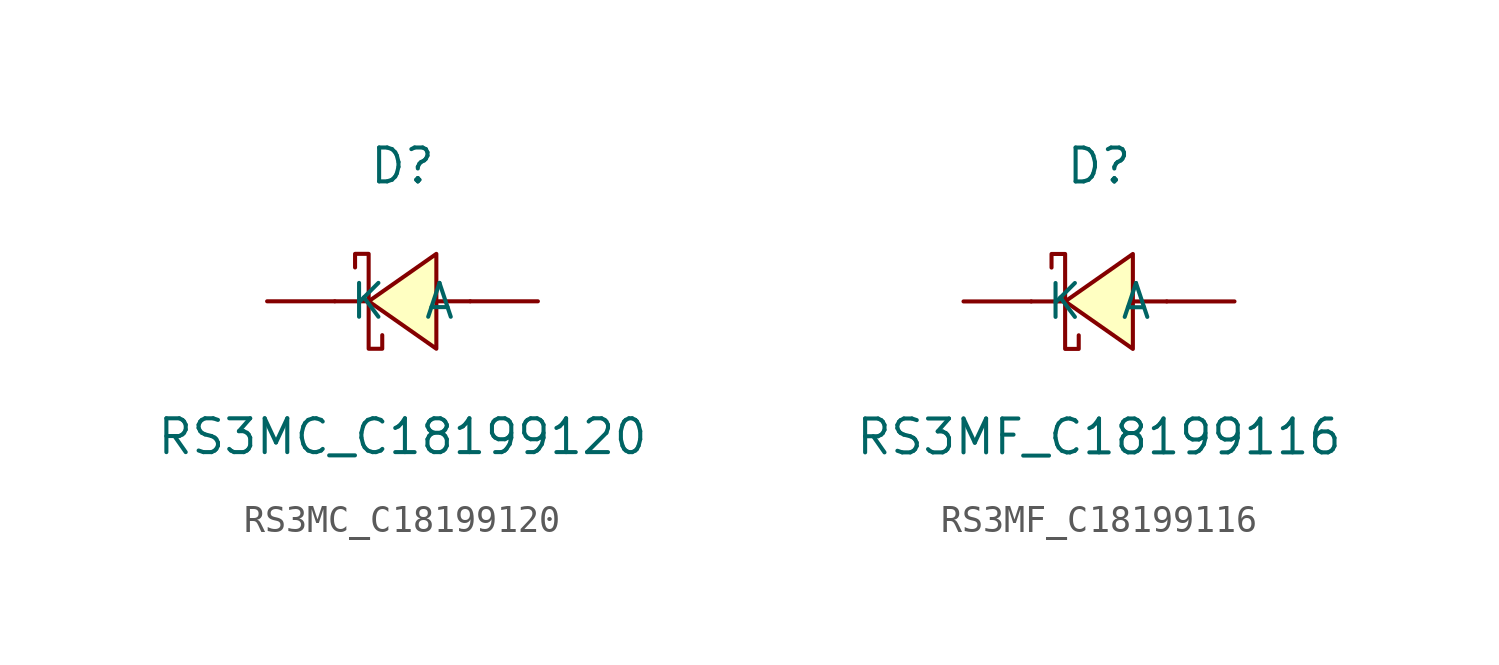
<source format=kicad_sym>
(kicad_symbol_lib
  (version 20241209)
  (generator "kicad_symbol_editor")
  (generator_version "9.0")
  (symbol "RS3MC_C18199120"
    (pin_numbers
      (hide yes))
    (property "Reference" "D"
      (at 0 5.08 0)
      (effects (font (size 1.27 1.27))))
    (property "Value" "RS3MC_C18199120"
      (at 0 -5.08 0)
      (effects (font (size 1.27 1.27))))
    (symbol "RS3MC_C18199120_0_1"
      (polyline (pts (xy -1.78 1.27) (xy -1.78 1.78) (xy -1.27 1.78) (xy -1.27 -1.78) (xy -0.76 -1.78) (xy -0.76 -1.27)) (stroke (width 0) (type default)) (fill (type none)))
      (polyline (pts (xy -1.27 0) (xy -2.54 0)) (stroke (width 0) (type default)) (fill (type none)))
      (polyline (pts (xy 1.27 1.78) (xy -1.27 0) (xy 1.27 -1.78) (xy 1.27 1.78)) (stroke (width 0) (type default)) (fill (type background)))
      (polyline (pts (xy 2.54 0) (xy 1.27 0)) (stroke (width 0) (type default)) (fill (type none)))
      (pin unspecified line (at -5.08 0 0) (length 2.54) (name "K" (effects (font (size 1.27 1.27)))) (number "1" (effects (font (size 1.27 1.27)))))
      (pin unspecified line (at 5.08 0 180) (length 2.54) (name "A" (effects (font (size 1.27 1.27)))) (number "2" (effects (font (size 1.27 1.27)))))))
  (symbol "RS3MF_C18199116"
    (pin_numbers
      (hide yes))
    (property "Reference" "D"
      (at 0 5.08 0)
      (effects (font (size 1.27 1.27))))
    (property "Value" "RS3MF_C18199116"
      (at 0 -5.08 0)
      (effects (font (size 1.27 1.27))))
    (symbol "RS3MF_C18199116_0_1"
      (polyline (pts (xy -1.78 1.27) (xy -1.78 1.78) (xy -1.27 1.78) (xy -1.27 -1.78) (xy -0.76 -1.78) (xy -0.76 -1.27)) (stroke (width 0) (type default)) (fill (type none)))
      (polyline (pts (xy -1.27 0) (xy -2.54 0)) (stroke (width 0) (type default)) (fill (type none)))
      (polyline (pts (xy 1.27 1.78) (xy -1.27 0) (xy 1.27 -1.78) (xy 1.27 1.78)) (stroke (width 0) (type default)) (fill (type background)))
      (polyline (pts (xy 2.54 0) (xy 1.27 0)) (stroke (width 0) (type default)) (fill (type none)))
      (pin unspecified line (at -5.08 0 0) (length 2.54) (name "K" (effects (font (size 1.27 1.27)))) (number "1" (effects (font (size 1.27 1.27)))))
      (pin unspecified line (at 5.08 0 180) (length 2.54) (name "A" (effects (font (size 1.27 1.27)))) (number "2" (effects (font (size 1.27 1.27))))))))
</source>
